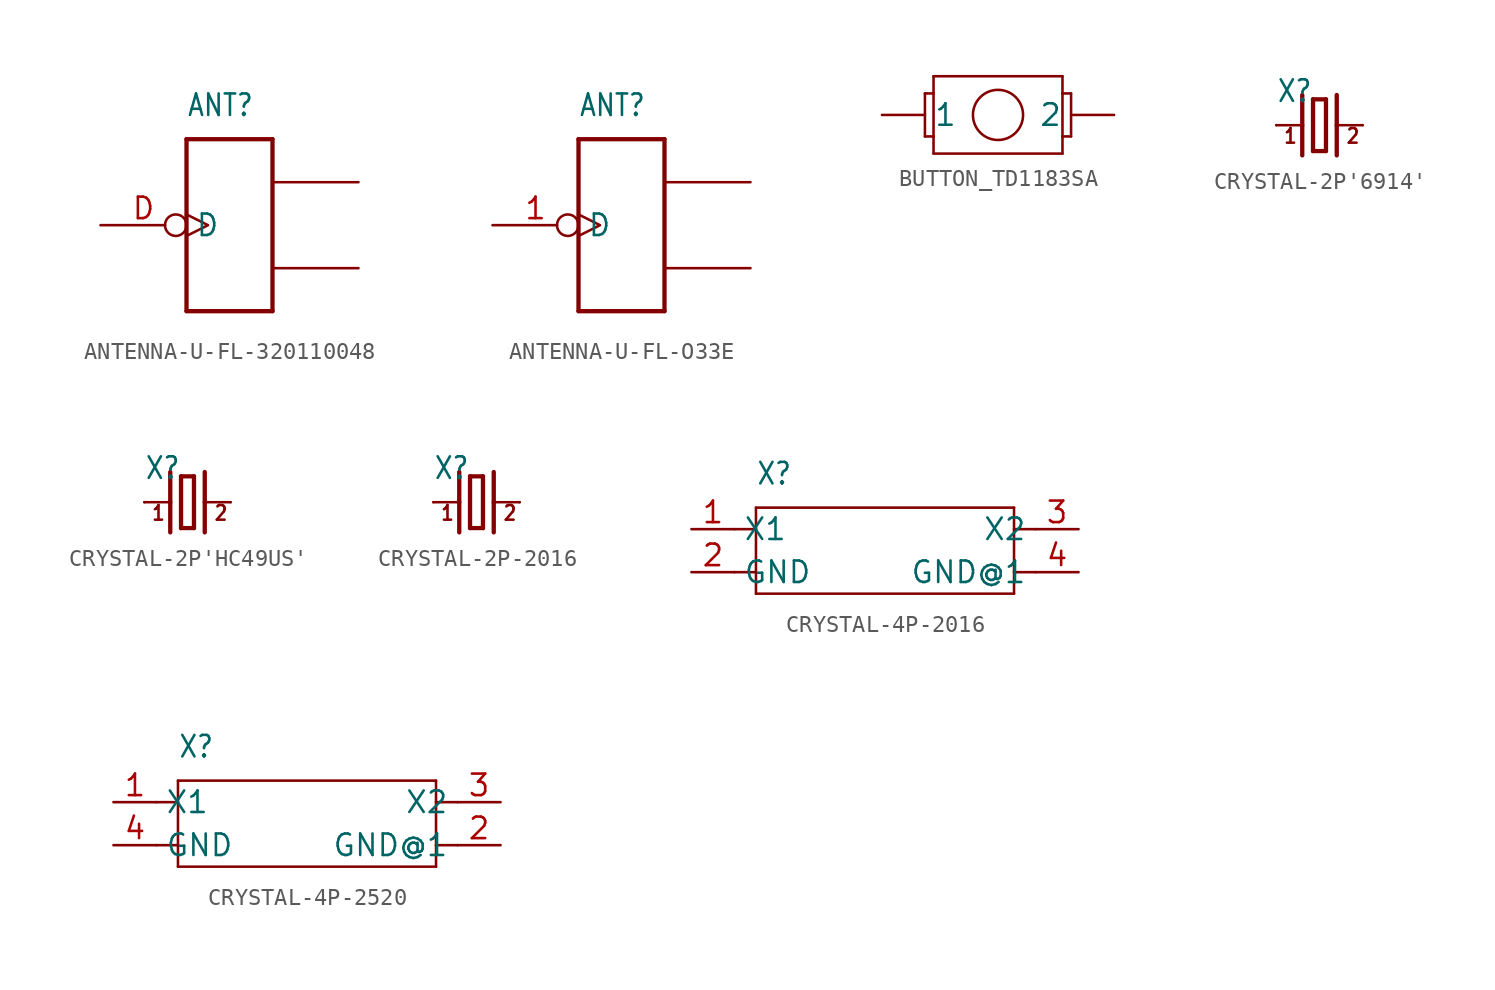
<source format=kicad_sym>
(kicad_symbol_lib
  (version 20231120)
  (generator "kicad_symbol_editor")
  (generator_version "8.0")
  (symbol "ANTENNA-U-FL-320110048"
    (property "Reference" "ANT"
      (at -2.54 6.35 0)
      (effects (font (size 1.27 1.079)) (justify left bottom)))
    (property "Value" ""
      (at -2.54 5.08 0)
      (effects (font (size 1.27 1.079)) (justify left bottom)))
    (property "ki_locked" ""
      (at 0 0 0)
      (effects (font (size 1.27 1.27))))
    (symbol "ANTENNA-U-FL-320110048_1_0"
      (polyline (pts (xy -2.54 -5.08) (xy -2.54 5.08)) (stroke (width 0.254) (type solid)) (fill (type none)))
      (polyline (pts (xy -2.54 5.08) (xy 2.54 5.08)) (stroke (width 0.254) (type solid)) (fill (type none)))
      (polyline (pts (xy 2.54 -5.08) (xy -2.54 -5.08)) (stroke (width 0.254) (type solid)) (fill (type none)))
      (polyline (pts (xy 2.54 5.08) (xy 2.54 -5.08)) (stroke (width 0.254) (type solid)) (fill (type none)))
      (pin bidirectional inverted_clock (at -7.62 0 0) (length 5.08) (name "D" (effects (font (size 1.27 1.27)))) (number "D" (effects (font (size 1.27 1.27)))))
      (pin bidirectional line (at 7.62 2.54 180) (length 5.08) (name "GND1" (effects (font (size 0 0)))) (number "GND1" (effects (font (size 0 0)))))
      (pin bidirectional line (at 7.62 -2.54 180) (length 5.08) (name "GND2" (effects (font (size 0 0)))) (number "GND2" (effects (font (size 0 0)))))))
  (symbol "ANTENNA-U-FL-O33E"
    (property "Reference" "ANT"
      (at -2.54 6.35 0)
      (effects (font (size 1.27 1.079)) (justify left bottom)))
    (property "Value" ""
      (at -2.54 5.08 0)
      (effects (font (size 1.27 1.079)) (justify left bottom)))
    (property "ki_locked" ""
      (at 0 0 0)
      (effects (font (size 1.27 1.27))))
    (symbol "ANTENNA-U-FL-O33E_1_0"
      (polyline (pts (xy -2.54 -5.08) (xy -2.54 5.08)) (stroke (width 0.254) (type solid)) (fill (type none)))
      (polyline (pts (xy -2.54 5.08) (xy 2.54 5.08)) (stroke (width 0.254) (type solid)) (fill (type none)))
      (polyline (pts (xy 2.54 -5.08) (xy -2.54 -5.08)) (stroke (width 0.254) (type solid)) (fill (type none)))
      (polyline (pts (xy 2.54 5.08) (xy 2.54 -5.08)) (stroke (width 0.254) (type solid)) (fill (type none)))
      (pin bidirectional inverted_clock (at -7.62 0 0) (length 5.08) (name "D" (effects (font (size 1.27 1.27)))) (number "1" (effects (font (size 1.27 1.27)))))
      (pin bidirectional line (at 7.62 2.54 180) (length 5.08) (name "GND1" (effects (font (size 0 0)))) (number "2" (effects (font (size 0 0)))))
      (pin bidirectional line (at 7.62 -2.54 180) (length 5.08) (name "GND2" (effects (font (size 0 0)))) (number "3" (effects (font (size 0 0)))))))
  (symbol "BUTTON_TD1183SA"
    (property "Reference" "J"
      (at -3.048 3.556 0)
      (effects (font (size 1.27 1.079)) (justify left bottom) (hide yes)))
    (property "ki_locked" ""
      (at 0 0 0)
      (effects (font (size 1.27 1.27))))
    (symbol "BUTTON_TD1183SA_1_0"
      (polyline (pts (xy -4.318 -1.27) (xy -3.81 -1.27)) (stroke (width 0.152) (type solid)) (fill (type none)))
      (polyline (pts (xy -4.318 1.27) (xy -4.318 -1.27)) (stroke (width 0.152) (type solid)) (fill (type none)))
      (polyline (pts (xy -3.81 -2.286) (xy -3.81 -1.27)) (stroke (width 0.152) (type solid)) (fill (type none)))
      (polyline (pts (xy -3.81 -1.27) (xy -3.81 1.27)) (stroke (width 0.152) (type solid)) (fill (type none)))
      (polyline (pts (xy -3.81 1.27) (xy -4.318 1.27)) (stroke (width 0.152) (type solid)) (fill (type none)))
      (polyline (pts (xy -3.81 1.27) (xy -3.81 2.286)) (stroke (width 0.152) (type solid)) (fill (type none)))
      (polyline (pts (xy -3.81 2.286) (xy 3.81 2.286)) (stroke (width 0.152) (type solid)) (fill (type none)))
      (polyline (pts (xy 3.81 -2.286) (xy -3.81 -2.286)) (stroke (width 0.152) (type solid)) (fill (type none)))
      (polyline (pts (xy 3.81 -1.27) (xy 3.81 -2.286)) (stroke (width 0.152) (type solid)) (fill (type none)))
      (polyline (pts (xy 3.81 1.27) (xy 3.81 -1.27)) (stroke (width 0.152) (type solid)) (fill (type none)))
      (polyline (pts (xy 3.81 1.27) (xy 4.318 1.27)) (stroke (width 0.152) (type solid)) (fill (type none)))
      (polyline (pts (xy 3.81 2.286) (xy 3.81 1.27)) (stroke (width 0.152) (type solid)) (fill (type none)))
      (polyline (pts (xy 4.318 -1.27) (xy 3.81 -1.27)) (stroke (width 0.152) (type solid)) (fill (type none)))
      (polyline (pts (xy 4.318 1.27) (xy 4.318 -1.27)) (stroke (width 0.152) (type solid)) (fill (type none)))
      (circle (center 0 0) (radius 1.481) (stroke (width 0.152) (type solid)) (fill (type none)))
      (pin bidirectional line (at -6.858 0 0) (length 2.54) (name "1" (effects (font (size 1.27 1.27)))) (number "1" (effects (font (size 0 0)))))
      (pin bidirectional line (at 6.858 0 180) (length 2.54) (name "2" (effects (font (size 1.27 1.27)))) (number "2" (effects (font (size 0 0)))))))
  (symbol "CRYSTAL-2P'6914'"
    (property "Reference" "X"
      (at -2.54 1.27 0)
      (effects (font (size 1.27 1.079)) (justify left bottom)))
    (property "Value" ""
      (at -2.54 0 0)
      (effects (font (size 1.27 1.079)) (justify left bottom)))
    (property "ki_locked" ""
      (at 0 0 0)
      (effects (font (size 1.27 1.27))))
    (symbol "CRYSTAL-2P'6914'_1_0"
      (polyline (pts (xy -1.016 0) (xy -2.54 0)) (stroke (width 0.152) (type solid)) (fill (type none)))
      (polyline (pts (xy -1.016 0) (xy -1.016 -1.778)) (stroke (width 0.254) (type solid)) (fill (type none)))
      (polyline (pts (xy -1.016 1.778) (xy -1.016 0)) (stroke (width 0.254) (type solid)) (fill (type none)))
      (polyline (pts (xy -0.381 -1.524) (xy 0.381 -1.524)) (stroke (width 0.254) (type solid)) (fill (type none)))
      (polyline (pts (xy -0.381 1.524) (xy -0.381 -1.524)) (stroke (width 0.254) (type solid)) (fill (type none)))
      (polyline (pts (xy 0.381 -1.524) (xy 0.381 1.524)) (stroke (width 0.254) (type solid)) (fill (type none)))
      (polyline (pts (xy 0.381 1.524) (xy -0.381 1.524)) (stroke (width 0.254) (type solid)) (fill (type none)))
      (polyline (pts (xy 1.016 0) (xy 1.016 -1.778)) (stroke (width 0.254) (type solid)) (fill (type none)))
      (polyline (pts (xy 1.016 0) (xy 2.54 0)) (stroke (width 0.152) (type solid)) (fill (type none)))
      (polyline (pts (xy 1.016 1.778) (xy 1.016 0)) (stroke (width 0.254) (type solid)) (fill (type none)))
      (text "1" (at -2.159 -1.143 0) (effects (font (size 0.864 0.734)) (justify left bottom)))
      (text "2" (at 1.524 -1.143 0) (effects (font (size 0.864 0.734)) (justify left bottom)))
      (pin passive line (at -2.54 0 0) (length 0) (name "1" (effects (font (size 0 0)))) (number "1" (effects (font (size 0 0)))))
      (pin passive line (at 2.54 0 180) (length 0) (name "2" (effects (font (size 0 0)))) (number "4" (effects (font (size 0 0)))))))
  (symbol "CRYSTAL-2P'HC49US'"
    (property "Reference" "X"
      (at -2.54 1.27 0)
      (effects (font (size 1.27 1.079)) (justify left bottom)))
    (property "Value" ""
      (at -2.54 0 0)
      (effects (font (size 1.27 1.079)) (justify left bottom)))
    (property "ki_locked" ""
      (at 0 0 0)
      (effects (font (size 1.27 1.27))))
    (symbol "CRYSTAL-2P'HC49US'_1_0"
      (polyline (pts (xy -1.016 0) (xy -2.54 0)) (stroke (width 0.152) (type solid)) (fill (type none)))
      (polyline (pts (xy -1.016 0) (xy -1.016 -1.778)) (stroke (width 0.254) (type solid)) (fill (type none)))
      (polyline (pts (xy -1.016 1.778) (xy -1.016 0)) (stroke (width 0.254) (type solid)) (fill (type none)))
      (polyline (pts (xy -0.381 -1.524) (xy 0.381 -1.524)) (stroke (width 0.254) (type solid)) (fill (type none)))
      (polyline (pts (xy -0.381 1.524) (xy -0.381 -1.524)) (stroke (width 0.254) (type solid)) (fill (type none)))
      (polyline (pts (xy 0.381 -1.524) (xy 0.381 1.524)) (stroke (width 0.254) (type solid)) (fill (type none)))
      (polyline (pts (xy 0.381 1.524) (xy -0.381 1.524)) (stroke (width 0.254) (type solid)) (fill (type none)))
      (polyline (pts (xy 1.016 0) (xy 1.016 -1.778)) (stroke (width 0.254) (type solid)) (fill (type none)))
      (polyline (pts (xy 1.016 0) (xy 2.54 0)) (stroke (width 0.152) (type solid)) (fill (type none)))
      (polyline (pts (xy 1.016 1.778) (xy 1.016 0)) (stroke (width 0.254) (type solid)) (fill (type none)))
      (text "1" (at -2.159 -1.143 0) (effects (font (size 0.864 0.734)) (justify left bottom)))
      (text "2" (at 1.524 -1.143 0) (effects (font (size 0.864 0.734)) (justify left bottom)))
      (pin passive line (at -2.54 0 0) (length 0) (name "1" (effects (font (size 0 0)))) (number "1" (effects (font (size 0 0)))))
      (pin passive line (at 2.54 0 180) (length 0) (name "2" (effects (font (size 0 0)))) (number "2" (effects (font (size 0 0)))))))
  (symbol "CRYSTAL-2P-2016"
    (property "Reference" "X"
      (at -2.54 1.27 0)
      (effects (font (size 1.27 1.079)) (justify left bottom)))
    (property "Value" ""
      (at -2.54 0 0)
      (effects (font (size 1.27 1.079)) (justify left bottom)))
    (property "ki_locked" ""
      (at 0 0 0)
      (effects (font (size 1.27 1.27))))
    (symbol "CRYSTAL-2P-2016_1_0"
      (polyline (pts (xy -1.016 0) (xy -2.54 0)) (stroke (width 0.152) (type solid)) (fill (type none)))
      (polyline (pts (xy -1.016 0) (xy -1.016 -1.778)) (stroke (width 0.254) (type solid)) (fill (type none)))
      (polyline (pts (xy -1.016 1.778) (xy -1.016 0)) (stroke (width 0.254) (type solid)) (fill (type none)))
      (polyline (pts (xy -0.381 -1.524) (xy 0.381 -1.524)) (stroke (width 0.254) (type solid)) (fill (type none)))
      (polyline (pts (xy -0.381 1.524) (xy -0.381 -1.524)) (stroke (width 0.254) (type solid)) (fill (type none)))
      (polyline (pts (xy 0.381 -1.524) (xy 0.381 1.524)) (stroke (width 0.254) (type solid)) (fill (type none)))
      (polyline (pts (xy 0.381 1.524) (xy -0.381 1.524)) (stroke (width 0.254) (type solid)) (fill (type none)))
      (polyline (pts (xy 1.016 0) (xy 1.016 -1.778)) (stroke (width 0.254) (type solid)) (fill (type none)))
      (polyline (pts (xy 1.016 0) (xy 2.54 0)) (stroke (width 0.152) (type solid)) (fill (type none)))
      (polyline (pts (xy 1.016 1.778) (xy 1.016 0)) (stroke (width 0.254) (type solid)) (fill (type none)))
      (text "1" (at -2.159 -1.143 0) (effects (font (size 0.864 0.734)) (justify left bottom)))
      (text "2" (at 1.524 -1.143 0) (effects (font (size 0.864 0.734)) (justify left bottom)))
      (pin passive line (at -2.54 0 0) (length 0) (name "1" (effects (font (size 0 0)))) (number "1" (effects (font (size 0 0)))))
      (pin passive line (at 2.54 0 180) (length 0) (name "2" (effects (font (size 0 0)))) (number "3" (effects (font (size 0 0)))))))
  (symbol "CRYSTAL-4P-2016"
    (property "Reference" "X"
      (at -7.62 3.81 0)
      (effects (font (size 1.27 1.079)) (justify left bottom)))
    (property "Value" ""
      (at -7.62 2.54 0)
      (effects (font (size 1.27 1.079)) (justify left bottom)))
    (property "ki_locked" ""
      (at 0 0 0)
      (effects (font (size 1.27 1.27))))
    (symbol "CRYSTAL-4P-2016_1_0"
      (polyline (pts (xy -8.89 -1.27) (xy -7.62 -1.27)) (stroke (width 0.152) (type solid)) (fill (type none)))
      (polyline (pts (xy -8.89 1.27) (xy -7.62 1.27)) (stroke (width 0.152) (type solid)) (fill (type none)))
      (polyline (pts (xy -7.62 -2.54) (xy -7.62 -1.27)) (stroke (width 0.152) (type solid)) (fill (type none)))
      (polyline (pts (xy -7.62 -1.27) (xy -7.62 1.27)) (stroke (width 0.152) (type solid)) (fill (type none)))
      (polyline (pts (xy -7.62 1.27) (xy -7.62 2.54)) (stroke (width 0.152) (type solid)) (fill (type none)))
      (polyline (pts (xy -7.62 2.54) (xy 7.62 2.54)) (stroke (width 0.152) (type solid)) (fill (type none)))
      (polyline (pts (xy 7.62 -2.54) (xy -7.62 -2.54)) (stroke (width 0.152) (type solid)) (fill (type none)))
      (polyline (pts (xy 7.62 -1.27) (xy 7.62 -2.54)) (stroke (width 0.152) (type solid)) (fill (type none)))
      (polyline (pts (xy 7.62 1.27) (xy 7.62 -1.27)) (stroke (width 0.152) (type solid)) (fill (type none)))
      (polyline (pts (xy 7.62 2.54) (xy 7.62 1.27)) (stroke (width 0.152) (type solid)) (fill (type none)))
      (polyline (pts (xy 8.89 -1.27) (xy 7.62 -1.27)) (stroke (width 0.152) (type solid)) (fill (type none)))
      (polyline (pts (xy 8.89 1.27) (xy 7.62 1.27)) (stroke (width 0.152) (type solid)) (fill (type none)))
      (pin bidirectional line (at -11.43 1.27 0) (length 2.54) (name "X1" (effects (font (size 1.27 1.27)))) (number "1" (effects (font (size 1.27 1.27)))))
      (pin bidirectional line (at -11.43 -1.27 0) (length 2.54) (name "GND" (effects (font (size 1.27 1.27)))) (number "2" (effects (font (size 1.27 1.27)))))
      (pin bidirectional line (at 11.43 1.27 180) (length 2.54) (name "X2" (effects (font (size 1.27 1.27)))) (number "3" (effects (font (size 1.27 1.27)))))
      (pin bidirectional line (at 11.43 -1.27 180) (length 2.54) (name "GND@1" (effects (font (size 1.27 1.27)))) (number "4" (effects (font (size 1.27 1.27)))))))
  (symbol "CRYSTAL-4P-2520"
    (property "Reference" "X"
      (at -7.62 3.81 0)
      (effects (font (size 1.27 1.079)) (justify left bottom)))
    (property "Value" ""
      (at -7.62 2.54 0)
      (effects (font (size 1.27 1.079)) (justify left bottom)))
    (property "ki_locked" ""
      (at 0 0 0)
      (effects (font (size 1.27 1.27))))
    (symbol "CRYSTAL-4P-2520_1_0"
      (polyline (pts (xy -8.89 -1.27) (xy -7.62 -1.27)) (stroke (width 0.152) (type solid)) (fill (type none)))
      (polyline (pts (xy -8.89 1.27) (xy -7.62 1.27)) (stroke (width 0.152) (type solid)) (fill (type none)))
      (polyline (pts (xy -7.62 -2.54) (xy -7.62 -1.27)) (stroke (width 0.152) (type solid)) (fill (type none)))
      (polyline (pts (xy -7.62 -1.27) (xy -7.62 1.27)) (stroke (width 0.152) (type solid)) (fill (type none)))
      (polyline (pts (xy -7.62 1.27) (xy -7.62 2.54)) (stroke (width 0.152) (type solid)) (fill (type none)))
      (polyline (pts (xy -7.62 2.54) (xy 7.62 2.54)) (stroke (width 0.152) (type solid)) (fill (type none)))
      (polyline (pts (xy 7.62 -2.54) (xy -7.62 -2.54)) (stroke (width 0.152) (type solid)) (fill (type none)))
      (polyline (pts (xy 7.62 -1.27) (xy 7.62 -2.54)) (stroke (width 0.152) (type solid)) (fill (type none)))
      (polyline (pts (xy 7.62 1.27) (xy 7.62 -1.27)) (stroke (width 0.152) (type solid)) (fill (type none)))
      (polyline (pts (xy 7.62 2.54) (xy 7.62 1.27)) (stroke (width 0.152) (type solid)) (fill (type none)))
      (polyline (pts (xy 8.89 -1.27) (xy 7.62 -1.27)) (stroke (width 0.152) (type solid)) (fill (type none)))
      (polyline (pts (xy 8.89 1.27) (xy 7.62 1.27)) (stroke (width 0.152) (type solid)) (fill (type none)))
      (pin bidirectional line (at -11.43 1.27 0) (length 2.54) (name "X1" (effects (font (size 1.27 1.27)))) (number "1" (effects (font (size 1.27 1.27)))))
      (pin bidirectional line (at 11.43 -1.27 180) (length 2.54) (name "GND@1" (effects (font (size 1.27 1.27)))) (number "2" (effects (font (size 1.27 1.27)))))
      (pin bidirectional line (at 11.43 1.27 180) (length 2.54) (name "X2" (effects (font (size 1.27 1.27)))) (number "3" (effects (font (size 1.27 1.27)))))
      (pin bidirectional line (at -11.43 -1.27 0) (length 2.54) (name "GND" (effects (font (size 1.27 1.27)))) (number "4" (effects (font (size 1.27 1.27))))))))
</source>
